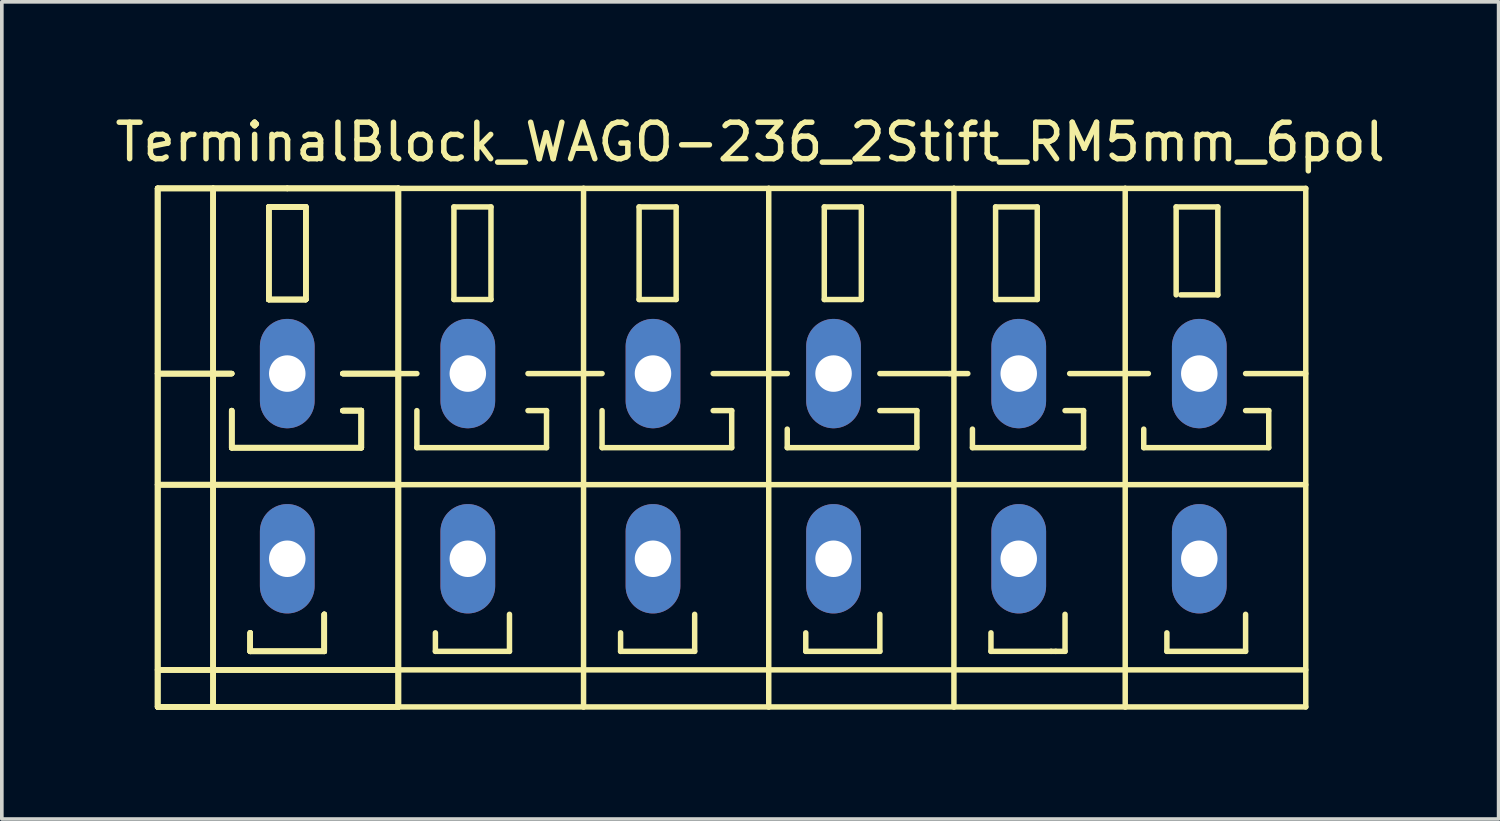
<source format=kicad_pcb>
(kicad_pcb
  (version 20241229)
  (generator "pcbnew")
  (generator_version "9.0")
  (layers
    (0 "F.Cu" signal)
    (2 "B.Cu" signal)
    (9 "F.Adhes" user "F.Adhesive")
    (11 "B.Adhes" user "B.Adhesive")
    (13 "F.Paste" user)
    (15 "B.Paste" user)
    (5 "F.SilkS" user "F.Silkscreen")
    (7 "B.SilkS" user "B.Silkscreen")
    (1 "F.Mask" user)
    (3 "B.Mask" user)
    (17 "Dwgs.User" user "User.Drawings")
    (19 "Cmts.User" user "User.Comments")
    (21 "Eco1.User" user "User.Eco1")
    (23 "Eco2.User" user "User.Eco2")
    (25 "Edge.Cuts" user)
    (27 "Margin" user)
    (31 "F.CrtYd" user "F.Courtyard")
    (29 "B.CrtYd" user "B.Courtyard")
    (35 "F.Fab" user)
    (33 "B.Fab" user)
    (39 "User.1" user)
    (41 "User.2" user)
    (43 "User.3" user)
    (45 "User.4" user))
  (footprint "TerminalBlock_WAGO-236_2Stift_RM5mm_6pol"
    (layer "F.Cu")
    (at 17.53 9.738)
    (property "Reference" "TerminalBlock_WAGO-236_2Stift_RM5mm_6pol" (at 0 -8.89 0) (layer "F.SilkS") (effects (font (size 1 1) (thickness 0.15))))
    (attr through_hole)
    (fp_line (start -16.256 -7.62) (end -14.732 -7.62) (stroke (width 0.15) (type solid)) (layer "F.SilkS"))
    (fp_line (start -16.256 -7.62) (end -14.732 -7.62) (stroke (width 0.15) (type solid)) (layer "F.SilkS"))
    (fp_line (start -16.256 -7.62) (end -14.732 -7.62) (stroke (width 0.15) (type solid)) (layer "F.SilkS"))
    (fp_line (start -16.256 -7.62) (end -14.732 -7.62) (stroke (width 0.15) (type solid)) (layer "F.SilkS"))
    (fp_line (start -16.256 -2.54) (end -14.224 -2.54) (stroke (width 0.15) (type solid)) (layer "F.SilkS"))
    (fp_line (start -16.256 -2.54) (end -14.224 -2.54) (stroke (width 0.15) (type solid)) (layer "F.SilkS"))
    (fp_line (start -16.256 -2.54) (end -14.224 -2.54) (stroke (width 0.15) (type solid)) (layer "F.SilkS"))
    (fp_line (start -16.256 -2.54) (end -14.224 -2.54) (stroke (width 0.15) (type solid)) (layer "F.SilkS"))
    (fp_line (start -16.256 0.508) (end -9.652 0.508) (stroke (width 0.15) (type solid)) (layer "F.SilkS"))
    (fp_line (start -16.256 0.508) (end -9.652 0.508) (stroke (width 0.15) (type solid)) (layer "F.SilkS"))
    (fp_line (start -16.256 0.508) (end -9.652 0.508) (stroke (width 0.15) (type solid)) (layer "F.SilkS"))
    (fp_line (start -16.256 0.508) (end -9.652 0.508) (stroke (width 0.15) (type solid)) (layer "F.SilkS"))
    (fp_line (start -16.256 5.588) (end -9.652 5.588) (stroke (width 0.15) (type solid)) (layer "F.SilkS"))
    (fp_line (start -16.256 5.588) (end -9.652 5.588) (stroke (width 0.15) (type solid)) (layer "F.SilkS"))
    (fp_line (start -16.256 5.588) (end -9.652 5.588) (stroke (width 0.15) (type solid)) (layer "F.SilkS"))
    (fp_line (start -16.256 5.588) (end -9.652 5.588) (stroke (width 0.15) (type solid)) (layer "F.SilkS"))
    (fp_line (start -16.256 6.604) (end -16.256 -7.62) (stroke (width 0.15) (type solid)) (layer "F.SilkS"))
    (fp_line (start -16.256 6.604) (end -16.256 -7.62) (stroke (width 0.15) (type solid)) (layer "F.SilkS"))
    (fp_line (start -16.256 6.604) (end -16.256 -7.62) (stroke (width 0.15) (type solid)) (layer "F.SilkS"))
    (fp_line (start -16.256 6.604) (end -16.256 -7.62) (stroke (width 0.15) (type solid)) (layer "F.SilkS"))
    (fp_line (start -14.732 -7.62) (end -12.7 -7.62) (stroke (width 0.15) (type solid)) (layer "F.SilkS"))
    (fp_line (start -14.732 -7.62) (end -12.7 -7.62) (stroke (width 0.15) (type solid)) (layer "F.SilkS"))
    (fp_line (start -14.732 -7.62) (end -12.7 -7.62) (stroke (width 0.15) (type solid)) (layer "F.SilkS"))
    (fp_line (start -14.732 -7.62) (end -12.7 -7.62) (stroke (width 0.15) (type solid)) (layer "F.SilkS"))
    (fp_line (start -14.732 6.604) (end -16.256 6.604) (stroke (width 0.15) (type solid)) (layer "F.SilkS"))
    (fp_line (start -14.732 6.604) (end -16.256 6.604) (stroke (width 0.15) (type solid)) (layer "F.SilkS"))
    (fp_line (start -14.732 6.604) (end -16.256 6.604) (stroke (width 0.15) (type solid)) (layer "F.SilkS"))
    (fp_line (start -14.732 6.604) (end -16.256 6.604) (stroke (width 0.15) (type solid)) (layer "F.SilkS"))
    (fp_line (start -14.732 6.604) (end -14.732 -7.62) (stroke (width 0.15) (type solid)) (layer "F.SilkS"))
    (fp_line (start -14.732 6.604) (end -14.732 -7.62) (stroke (width 0.15) (type solid)) (layer "F.SilkS"))
    (fp_line (start -14.732 6.604) (end -14.732 -7.62) (stroke (width 0.15) (type solid)) (layer "F.SilkS"))
    (fp_line (start -14.732 6.604) (end -14.732 -7.62) (stroke (width 0.15) (type solid)) (layer "F.SilkS"))
    (fp_line (start -14.224 -1.524) (end -14.224 -0.508) (stroke (width 0.15) (type solid)) (layer "F.SilkS"))
    (fp_line (start -14.224 -1.524) (end -14.224 -0.508) (stroke (width 0.15) (type solid)) (layer "F.SilkS"))
    (fp_line (start -14.224 -1.524) (end -14.224 -0.508) (stroke (width 0.15) (type solid)) (layer "F.SilkS"))
    (fp_line (start -14.224 -1.524) (end -14.224 -0.508) (stroke (width 0.15) (type solid)) (layer "F.SilkS"))
    (fp_line (start -14.224 -0.508) (end -10.668 -0.508) (stroke (width 0.15) (type solid)) (layer "F.SilkS"))
    (fp_line (start -14.224 -0.508) (end -10.668 -0.508) (stroke (width 0.15) (type solid)) (layer "F.SilkS"))
    (fp_line (start -14.224 -0.508) (end -10.668 -0.508) (stroke (width 0.15) (type solid)) (layer "F.SilkS"))
    (fp_line (start -14.224 -0.508) (end -10.668 -0.508) (stroke (width 0.15) (type solid)) (layer "F.SilkS"))
    (fp_line (start -13.716 4.572) (end -13.716 5.08) (stroke (width 0.15) (type solid)) (layer "F.SilkS"))
    (fp_line (start -13.716 4.572) (end -13.716 5.08) (stroke (width 0.15) (type solid)) (layer "F.SilkS"))
    (fp_line (start -13.716 4.572) (end -13.716 5.08) (stroke (width 0.15) (type solid)) (layer "F.SilkS"))
    (fp_line (start -13.716 4.572) (end -13.716 5.08) (stroke (width 0.15) (type solid)) (layer "F.SilkS"))
    (fp_line (start -13.716 5.08) (end -11.684 5.08) (stroke (width 0.15) (type solid)) (layer "F.SilkS"))
    (fp_line (start -13.716 5.08) (end -11.684 5.08) (stroke (width 0.15) (type solid)) (layer "F.SilkS"))
    (fp_line (start -13.716 5.08) (end -11.684 5.08) (stroke (width 0.15) (type solid)) (layer "F.SilkS"))
    (fp_line (start -13.716 5.08) (end -11.684 5.08) (stroke (width 0.15) (type solid)) (layer "F.SilkS"))
    (fp_line (start -13.208 -7.112) (end -12.192 -7.112) (stroke (width 0.15) (type solid)) (layer "F.SilkS"))
    (fp_line (start -13.208 -7.112) (end -12.192 -7.112) (stroke (width 0.15) (type solid)) (layer "F.SilkS"))
    (fp_line (start -13.208 -7.112) (end -12.192 -7.112) (stroke (width 0.15) (type solid)) (layer "F.SilkS"))
    (fp_line (start -13.208 -7.112) (end -12.192 -7.112) (stroke (width 0.15) (type solid)) (layer "F.SilkS"))
    (fp_line (start -13.208 -4.572) (end -13.208 -7.112) (stroke (width 0.15) (type solid)) (layer "F.SilkS"))
    (fp_line (start -13.208 -4.572) (end -13.208 -7.112) (stroke (width 0.15) (type solid)) (layer "F.SilkS"))
    (fp_line (start -13.208 -4.572) (end -13.208 -7.112) (stroke (width 0.15) (type solid)) (layer "F.SilkS"))
    (fp_line (start -13.208 -4.572) (end -13.208 -7.112) (stroke (width 0.15) (type solid)) (layer "F.SilkS"))
    (fp_line (start -12.7 -7.62) (end -9.652 -7.62) (stroke (width 0.15) (type solid)) (layer "F.SilkS"))
    (fp_line (start -12.7 -7.62) (end -9.652 -7.62) (stroke (width 0.15) (type solid)) (layer "F.SilkS"))
    (fp_line (start -12.7 -7.62) (end -9.652 -7.62) (stroke (width 0.15) (type solid)) (layer "F.SilkS"))
    (fp_line (start -12.7 -7.62) (end -9.652 -7.62) (stroke (width 0.15) (type solid)) (layer "F.SilkS"))
    (fp_line (start -12.192 -7.112) (end -12.192 -4.572) (stroke (width 0.15) (type solid)) (layer "F.SilkS"))
    (fp_line (start -12.192 -7.112) (end -12.192 -4.572) (stroke (width 0.15) (type solid)) (layer "F.SilkS"))
    (fp_line (start -12.192 -7.112) (end -12.192 -4.572) (stroke (width 0.15) (type solid)) (layer "F.SilkS"))
    (fp_line (start -12.192 -7.112) (end -12.192 -4.572) (stroke (width 0.15) (type solid)) (layer "F.SilkS"))
    (fp_line (start -12.192 -4.572) (end -13.208 -4.572) (stroke (width 0.15) (type solid)) (layer "F.SilkS"))
    (fp_line (start -12.192 -4.572) (end -13.208 -4.572) (stroke (width 0.15) (type solid)) (layer "F.SilkS"))
    (fp_line (start -12.192 -4.572) (end -13.208 -4.572) (stroke (width 0.15) (type solid)) (layer "F.SilkS"))
    (fp_line (start -12.192 -4.572) (end -13.208 -4.572) (stroke (width 0.15) (type solid)) (layer "F.SilkS"))
    (fp_line (start -11.684 5.08) (end -11.684 4.064) (stroke (width 0.15) (type solid)) (layer "F.SilkS"))
    (fp_line (start -11.684 5.08) (end -11.684 4.064) (stroke (width 0.15) (type solid)) (layer "F.SilkS"))
    (fp_line (start -11.684 5.08) (end -11.684 4.064) (stroke (width 0.15) (type solid)) (layer "F.SilkS"))
    (fp_line (start -11.684 5.08) (end -11.684 4.064) (stroke (width 0.15) (type solid)) (layer "F.SilkS"))
    (fp_line (start -11.176 -2.54) (end -9.652 -2.54) (stroke (width 0.15) (type solid)) (layer "F.SilkS"))
    (fp_line (start -11.176 -2.54) (end -9.652 -2.54) (stroke (width 0.15) (type solid)) (layer "F.SilkS"))
    (fp_line (start -11.176 -2.54) (end -9.652 -2.54) (stroke (width 0.15) (type solid)) (layer "F.SilkS"))
    (fp_line (start -11.176 -2.54) (end -9.652 -2.54) (stroke (width 0.15) (type solid)) (layer "F.SilkS"))
    (fp_line (start -10.668 -1.524) (end -11.176 -1.524) (stroke (width 0.15) (type solid)) (layer "F.SilkS"))
    (fp_line (start -10.668 -1.524) (end -11.176 -1.524) (stroke (width 0.15) (type solid)) (layer "F.SilkS"))
    (fp_line (start -10.668 -1.524) (end -11.176 -1.524) (stroke (width 0.15) (type solid)) (layer "F.SilkS"))
    (fp_line (start -10.668 -1.524) (end -11.176 -1.524) (stroke (width 0.15) (type solid)) (layer "F.SilkS"))
    (fp_line (start -10.668 -0.508) (end -10.668 -1.524) (stroke (width 0.15) (type solid)) (layer "F.SilkS"))
    (fp_line (start -10.668 -0.508) (end -10.668 -1.524) (stroke (width 0.15) (type solid)) (layer "F.SilkS"))
    (fp_line (start -10.668 -0.508) (end -10.668 -1.524) (stroke (width 0.15) (type solid)) (layer "F.SilkS"))
    (fp_line (start -10.668 -0.508) (end -10.668 -1.524) (stroke (width 0.15) (type solid)) (layer "F.SilkS"))
    (fp_line (start -9.652 -7.62) (end -9.652 6.604) (stroke (width 0.15) (type solid)) (layer "F.SilkS"))
    (fp_line (start -9.652 -7.62) (end -9.652 6.604) (stroke (width 0.15) (type solid)) (layer "F.SilkS"))
    (fp_line (start -9.652 -7.62) (end -9.652 6.604) (stroke (width 0.15) (type solid)) (layer "F.SilkS"))
    (fp_line (start -9.652 -7.62) (end -9.652 6.604) (stroke (width 0.15) (type solid)) (layer "F.SilkS"))
    (fp_line (start -9.652 -2.54) (end -9.144 -2.54) (stroke (width 0.15) (type solid)) (layer "F.SilkS"))
    (fp_line (start -9.652 0.508) (end -4.572 0.508) (stroke (width 0.15) (type solid)) (layer "F.SilkS"))
    (fp_line (start -9.652 5.588) (end -4.572 5.588) (stroke (width 0.15) (type solid)) (layer "F.SilkS"))
    (fp_line (start -9.652 6.604) (end -14.732 6.604) (stroke (width 0.15) (type solid)) (layer "F.SilkS"))
    (fp_line (start -9.652 6.604) (end -14.732 6.604) (stroke (width 0.15) (type solid)) (layer "F.SilkS"))
    (fp_line (start -9.652 6.604) (end -14.732 6.604) (stroke (width 0.15) (type solid)) (layer "F.SilkS"))
    (fp_line (start -9.652 6.604) (end -14.732 6.604) (stroke (width 0.15) (type solid)) (layer "F.SilkS"))
    (fp_line (start -9.652 6.604) (end -4.572 6.604) (stroke (width 0.15) (type solid)) (layer "F.SilkS"))
    (fp_line (start -9.144 -1.524) (end -9.144 -0.508) (stroke (width 0.15) (type solid)) (layer "F.SilkS"))
    (fp_line (start -9.144 -0.508) (end -5.588 -0.508) (stroke (width 0.15) (type solid)) (layer "F.SilkS"))
    (fp_line (start -8.636 4.572) (end -8.636 5.08) (stroke (width 0.15) (type solid)) (layer "F.SilkS"))
    (fp_line (start -8.636 5.08) (end -6.604 5.08) (stroke (width 0.15) (type solid)) (layer "F.SilkS"))
    (fp_line (start -8.128 -7.112) (end -8.128 -4.572) (stroke (width 0.15) (type solid)) (layer "F.SilkS"))
    (fp_line (start -8.128 -4.572) (end -7.112 -4.572) (stroke (width 0.15) (type solid)) (layer "F.SilkS"))
    (fp_line (start -7.112 -7.112) (end -8.128 -7.112) (stroke (width 0.15) (type solid)) (layer "F.SilkS"))
    (fp_line (start -7.112 -4.572) (end -7.112 -7.112) (stroke (width 0.15) (type solid)) (layer "F.SilkS"))
    (fp_line (start -6.604 5.08) (end -6.604 4.064) (stroke (width 0.15) (type solid)) (layer "F.SilkS"))
    (fp_line (start -6.096 -2.54) (end -4.572 -2.54) (stroke (width 0.15) (type solid)) (layer "F.SilkS"))
    (fp_line (start -5.588 -1.524) (end -6.096 -1.524) (stroke (width 0.15) (type solid)) (layer "F.SilkS"))
    (fp_line (start -5.588 -0.508) (end -5.588 -1.524) (stroke (width 0.15) (type solid)) (layer "F.SilkS"))
    (fp_line (start -4.572 -7.62) (end -9.652 -7.62) (stroke (width 0.15) (type solid)) (layer "F.SilkS"))
    (fp_line (start -4.572 -2.54) (end -4.064 -2.54) (stroke (width 0.15) (type solid)) (layer "F.SilkS"))
    (fp_line (start -4.572 0.508) (end 0.508 0.508) (stroke (width 0.15) (type solid)) (layer "F.SilkS"))
    (fp_line (start -4.572 5.588) (end 0.508 5.588) (stroke (width 0.15) (type solid)) (layer "F.SilkS"))
    (fp_line (start -4.572 6.604) (end -4.572 -7.62) (stroke (width 0.15) (type solid)) (layer "F.SilkS"))
    (fp_line (start -4.572 6.604) (end 0.508 6.604) (stroke (width 0.15) (type solid)) (layer "F.SilkS"))
    (fp_line (start -4.064 -1.524) (end -4.064 -0.508) (stroke (width 0.15) (type solid)) (layer "F.SilkS"))
    (fp_line (start -4.064 -0.508) (end -0.508 -0.508) (stroke (width 0.15) (type solid)) (layer "F.SilkS"))
    (fp_line (start -3.556 4.572) (end -3.556 5.08) (stroke (width 0.15) (type solid)) (layer "F.SilkS"))
    (fp_line (start -3.556 5.08) (end -1.524 5.08) (stroke (width 0.15) (type solid)) (layer "F.SilkS"))
    (fp_line (start -3.048 -7.112) (end -3.048 -4.572) (stroke (width 0.15) (type solid)) (layer "F.SilkS"))
    (fp_line (start -3.048 -4.572) (end -2.032 -4.572) (stroke (width 0.15) (type solid)) (layer "F.SilkS"))
    (fp_line (start -2.032 -7.112) (end -3.048 -7.112) (stroke (width 0.15) (type solid)) (layer "F.SilkS"))
    (fp_line (start -2.032 -4.572) (end -2.032 -7.112) (stroke (width 0.15) (type solid)) (layer "F.SilkS"))
    (fp_line (start -1.524 5.08) (end -1.524 4.064) (stroke (width 0.15) (type solid)) (layer "F.SilkS"))
    (fp_line (start -1.016 -2.54) (end 0.508 -2.54) (stroke (width 0.15) (type solid)) (layer "F.SilkS"))
    (fp_line (start -0.508 -1.524) (end -1.016 -1.524) (stroke (width 0.15) (type solid)) (layer "F.SilkS"))
    (fp_line (start -0.508 -0.508) (end -0.508 -1.524) (stroke (width 0.15) (type solid)) (layer "F.SilkS"))
    (fp_line (start 0.508 -7.62) (end -4.572 -7.62) (stroke (width 0.15) (type solid)) (layer "F.SilkS"))
    (fp_line (start 0.508 -2.54) (end 1.016 -2.54) (stroke (width 0.15) (type solid)) (layer "F.SilkS"))
    (fp_line (start 0.508 0.508) (end 5.588 0.508) (stroke (width 0.15) (type solid)) (layer "F.SilkS"))
    (fp_line (start 0.508 5.588) (end 5.588 5.588) (stroke (width 0.15) (type solid)) (layer "F.SilkS"))
    (fp_line (start 0.508 6.604) (end 0.508 -7.62) (stroke (width 0.15) (type solid)) (layer "F.SilkS"))
    (fp_line (start 0.508 6.604) (end 5.588 6.604) (stroke (width 0.15) (type solid)) (layer "F.SilkS"))
    (fp_line (start 1.016 -1.016) (end 1.016 -0.508) (stroke (width 0.15) (type solid)) (layer "F.SilkS"))
    (fp_line (start 1.016 -0.508) (end 4.572 -0.508) (stroke (width 0.15) (type solid)) (layer "F.SilkS"))
    (fp_line (start 1.524 4.572) (end 1.524 5.08) (stroke (width 0.15) (type solid)) (layer "F.SilkS"))
    (fp_line (start 1.524 5.08) (end 3.556 5.08) (stroke (width 0.15) (type solid)) (layer "F.SilkS"))
    (fp_line (start 2.032 -7.112) (end 2.032 -4.572) (stroke (width 0.15) (type solid)) (layer "F.SilkS"))
    (fp_line (start 2.032 -4.572) (end 3.048 -4.572) (stroke (width 0.15) (type solid)) (layer "F.SilkS"))
    (fp_line (start 3.048 -7.112) (end 2.032 -7.112) (stroke (width 0.15) (type solid)) (layer "F.SilkS"))
    (fp_line (start 3.048 -4.572) (end 3.048 -7.112) (stroke (width 0.15) (type solid)) (layer "F.SilkS"))
    (fp_line (start 3.556 -2.54) (end 5.588 -2.54) (stroke (width 0.15) (type solid)) (layer "F.SilkS"))
    (fp_line (start 3.556 5.08) (end 3.556 4.064) (stroke (width 0.15) (type solid)) (layer "F.SilkS"))
    (fp_line (start 4.572 -1.524) (end 3.556 -1.524) (stroke (width 0.15) (type solid)) (layer "F.SilkS"))
    (fp_line (start 4.572 -0.508) (end 4.572 -1.524) (stroke (width 0.15) (type solid)) (layer "F.SilkS"))
    (fp_line (start 5.461 -2.54) (end 5.969 -2.54) (stroke (width 0.15) (type solid)) (layer "F.SilkS"))
    (fp_line (start 5.588 -7.62) (end 0.508 -7.62) (stroke (width 0.15) (type solid)) (layer "F.SilkS"))
    (fp_line (start 5.588 0.508) (end 10.287 0.508) (stroke (width 0.15) (type solid)) (layer "F.SilkS"))
    (fp_line (start 5.588 5.588) (end 10.287 5.588) (stroke (width 0.15) (type solid)) (layer "F.SilkS"))
    (fp_line (start 5.588 6.604) (end 5.588 -7.62) (stroke (width 0.15) (type solid)) (layer "F.SilkS"))
    (fp_line (start 5.588 6.604) (end 10.287 6.604) (stroke (width 0.15) (type solid)) (layer "F.SilkS"))
    (fp_line (start 6.096 -1.016) (end 6.096 -0.508) (stroke (width 0.15) (type solid)) (layer "F.SilkS"))
    (fp_line (start 6.096 -0.508) (end 9.144 -0.508) (stroke (width 0.15) (type solid)) (layer "F.SilkS"))
    (fp_line (start 6.604 4.572) (end 6.604 5.08) (stroke (width 0.15) (type solid)) (layer "F.SilkS"))
    (fp_line (start 6.604 5.08) (end 8.255 5.08) (stroke (width 0.15) (type solid)) (layer "F.SilkS"))
    (fp_line (start 6.731 -7.112) (end 7.874 -7.112) (stroke (width 0.15) (type solid)) (layer "F.SilkS"))
    (fp_line (start 6.731 -4.572) (end 6.731 -7.112) (stroke (width 0.15) (type solid)) (layer "F.SilkS"))
    (fp_line (start 7.874 -7.112) (end 7.874 -4.572) (stroke (width 0.15) (type solid)) (layer "F.SilkS"))
    (fp_line (start 7.874 -4.572) (end 6.731 -4.572) (stroke (width 0.15) (type solid)) (layer "F.SilkS"))
    (fp_line (start 8.255 5.08) (end 8.382 5.08) (stroke (width 0.15) (type solid)) (layer "F.SilkS"))
    (fp_line (start 8.382 5.08) (end 8.636 5.08) (stroke (width 0.15) (type solid)) (layer "F.SilkS"))
    (fp_line (start 8.636 5.08) (end 8.636 4.064) (stroke (width 0.15) (type solid)) (layer "F.SilkS"))
    (fp_line (start 8.763 -2.54) (end 10.287 -2.54) (stroke (width 0.15) (type solid)) (layer "F.SilkS"))
    (fp_line (start 9.144 -1.524) (end 8.636 -1.524) (stroke (width 0.15) (type solid)) (layer "F.SilkS"))
    (fp_line (start 9.144 -0.508) (end 9.144 -1.524) (stroke (width 0.15) (type solid)) (layer "F.SilkS"))
    (fp_line (start 10.287 -7.62) (end 5.588 -7.62) (stroke (width 0.15) (type solid)) (layer "F.SilkS"))
    (fp_line (start 10.287 -2.54) (end 10.922 -2.54) (stroke (width 0.15) (type solid)) (layer "F.SilkS"))
    (fp_line (start 10.287 0.508) (end 15.24 0.508) (stroke (width 0.15) (type solid)) (layer "F.SilkS"))
    (fp_line (start 10.287 5.588) (end 15.24 5.588) (stroke (width 0.15) (type solid)) (layer "F.SilkS"))
    (fp_line (start 10.287 6.604) (end 10.287 -7.62) (stroke (width 0.15) (type solid)) (layer "F.SilkS"))
    (fp_line (start 10.287 6.604) (end 15.24 6.604) (stroke (width 0.15) (type solid)) (layer "F.SilkS"))
    (fp_line (start 10.795 -1.016) (end 10.795 -0.508) (stroke (width 0.15) (type solid)) (layer "F.SilkS"))
    (fp_line (start 10.795 -0.508) (end 14.224 -0.508) (stroke (width 0.15) (type solid)) (layer "F.SilkS"))
    (fp_line (start 11.43 4.572) (end 11.43 5.08) (stroke (width 0.15) (type solid)) (layer "F.SilkS"))
    (fp_line (start 11.43 5.08) (end 13.589 5.08) (stroke (width 0.15) (type solid)) (layer "F.SilkS"))
    (fp_line (start 11.684 -7.112) (end 11.684 -4.699) (stroke (width 0.15) (type solid)) (layer "F.SilkS"))
    (fp_line (start 11.811 -4.699) (end 12.827 -4.699) (stroke (width 0.15) (type solid)) (layer "F.SilkS"))
    (fp_line (start 12.827 -7.112) (end 11.684 -7.112) (stroke (width 0.15) (type solid)) (layer "F.SilkS"))
    (fp_line (start 12.827 -4.699) (end 12.827 -7.112) (stroke (width 0.15) (type solid)) (layer "F.SilkS"))
    (fp_line (start 13.589 -2.54) (end 15.24 -2.54) (stroke (width 0.15) (type solid)) (layer "F.SilkS"))
    (fp_line (start 13.589 5.08) (end 13.589 4.064) (stroke (width 0.15) (type solid)) (layer "F.SilkS"))
    (fp_line (start 14.224 -1.524) (end 13.589 -1.524) (stroke (width 0.15) (type solid)) (layer "F.SilkS"))
    (fp_line (start 14.224 -0.508) (end 14.224 -1.524) (stroke (width 0.15) (type solid)) (layer "F.SilkS"))
    (fp_line (start 15.24 -7.62) (end 10.287 -7.62) (stroke (width 0.15) (type solid)) (layer "F.SilkS"))
    (fp_line (start 15.24 6.604) (end 15.24 -7.62) (stroke (width 0.15) (type solid)) (layer "F.SilkS"))
    (pad "1" thru_hole oval (at -12.7 -2.54 90) (size 3 1.501) (drill 1.001) (layers "*.Cu" "*.Mask"))
    (pad "1" thru_hole oval (at -12.7 2.54 90) (size 3 1.501) (drill 1.001) (layers "*.Cu" "*.Mask"))
    (pad "2" thru_hole oval (at -7.747 -2.54 90) (size 3 1.501) (drill 1.001) (layers "*.Cu" "*.Mask"))
    (pad "2" thru_hole oval (at -7.747 2.54 90) (size 3 1.501) (drill 1.001) (layers "*.Cu" "*.Mask"))
    (pad "3" thru_hole oval (at -2.667 -2.54 90) (size 3 1.501) (drill 1.001) (layers "*.Cu" "*.Mask"))
    (pad "3" thru_hole oval (at -2.667 2.54 90) (size 3 1.501) (drill 1.001) (layers "*.Cu" "*.Mask"))
    (pad "4" thru_hole oval (at 2.286 -2.54 90) (size 3 1.501) (drill 1.001) (layers "*.Cu" "*.Mask"))
    (pad "4" thru_hole oval (at 2.286 2.54 90) (size 3 1.501) (drill 1.001) (layers "*.Cu" "*.Mask"))
    (pad "5" thru_hole oval (at 7.366 -2.54 90) (size 3 1.501) (drill 1.001) (layers "*.Cu" "*.Mask"))
    (pad "5" thru_hole oval (at 7.366 2.54 90) (size 3 1.501) (drill 1.001) (layers "*.Cu" "*.Mask"))
    (pad "6" thru_hole oval (at 12.319 -2.54 90) (size 3 1.501) (drill 1.001) (layers "*.Cu" "*.Mask"))
    (pad "6" thru_hole oval (at 12.319 2.54 90) (size 3 1.501) (drill 1.001) (layers "*.Cu" "*.Mask")))
  (gr_rect
    (start -3 -3)
    (end 38.06 19.417)
    (stroke (width 0.1) (type default))
    (fill no)
    (layer "Edge.Cuts")))
</source>
